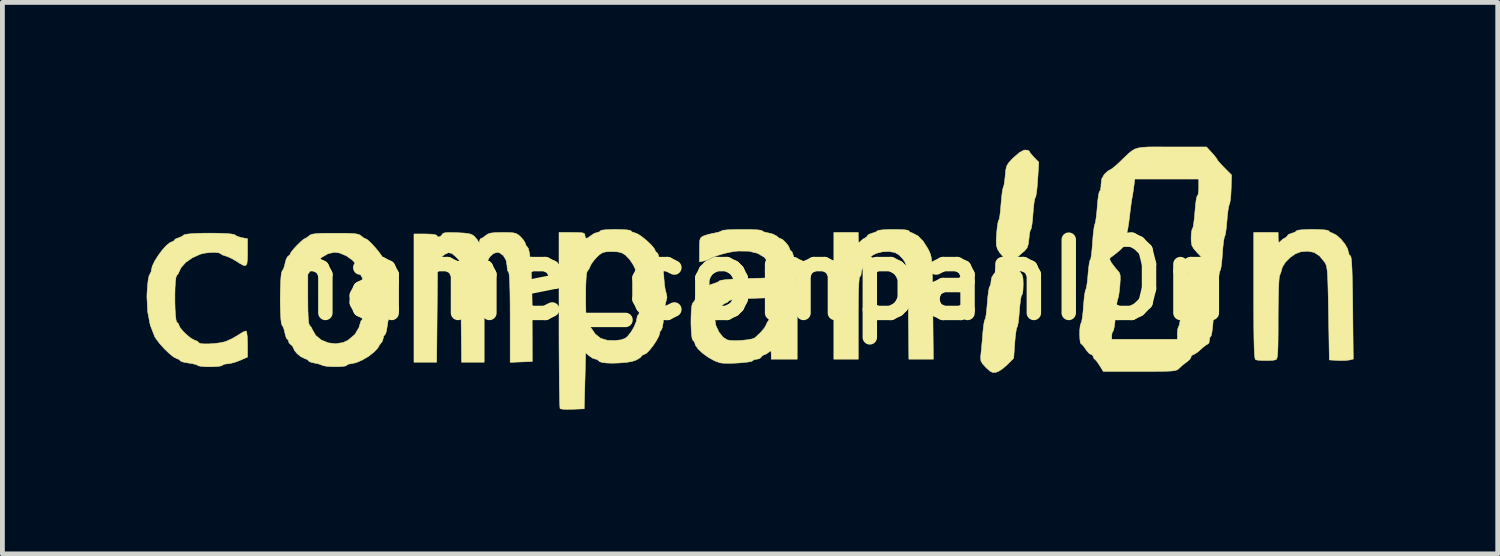
<source format=kicad_pcb>
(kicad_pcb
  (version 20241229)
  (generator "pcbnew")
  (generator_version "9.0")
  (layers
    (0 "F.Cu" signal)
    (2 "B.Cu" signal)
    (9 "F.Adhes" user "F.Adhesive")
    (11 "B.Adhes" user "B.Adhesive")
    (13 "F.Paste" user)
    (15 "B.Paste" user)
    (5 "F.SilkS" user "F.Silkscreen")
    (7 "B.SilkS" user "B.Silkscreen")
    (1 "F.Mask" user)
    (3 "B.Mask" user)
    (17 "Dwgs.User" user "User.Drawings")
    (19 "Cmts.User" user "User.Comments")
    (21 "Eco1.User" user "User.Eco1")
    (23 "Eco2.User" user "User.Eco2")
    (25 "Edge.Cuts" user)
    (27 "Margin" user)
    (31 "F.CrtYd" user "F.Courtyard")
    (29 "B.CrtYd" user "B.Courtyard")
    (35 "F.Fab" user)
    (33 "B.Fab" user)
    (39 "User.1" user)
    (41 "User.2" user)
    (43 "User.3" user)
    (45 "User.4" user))
  (footprint "name_companIOn"
    (layer "F.Cu")
    (at 12.606 2.768)
    (property "Reference" "name_companIOn" (at 0 0 0) (layer "F.SilkS") (effects (font (size 1.524 1.524) (thickness 0.3))))
    (attr through_hole)
    (fp_poly (pts (xy 3.061 -1.045) (xy 3.16 -1.039) (xy 3.224 -1.029) (xy 3.239 -1.019) (xy 3.265 -0.992) (xy 3.322 -0.97) (xy 3.432 -0.913) (xy 3.541 -0.801) (xy 3.641 -0.643) (xy 3.653 -0.619) (xy 3.674 -0.575) (xy 3.691 -0.532) (xy 3.704 -0.483) (xy 3.715 -0.421) (xy 3.722 -0.339) (xy 3.728 -0.229) (xy 3.732 -0.085) (xy 3.736 0.103) (xy 3.739 0.34) (xy 3.741 0.595) (xy 3.752 1.651) (xy 3.243 1.651) (xy 3.233 0.691) (xy 3.23 0.409) (xy 3.226 0.184) (xy 3.221 0.007) (xy 3.213 -0.129) (xy 3.201 -0.232) (xy 3.184 -0.31) (xy 3.16 -0.37) (xy 3.128 -0.42) (xy 3.087 -0.468) (xy 3.035 -0.52) (xy 3.034 -0.521) (xy 2.95 -0.568) (xy 2.829 -0.588) (xy 2.695 -0.582) (xy 2.567 -0.551) (xy 2.481 -0.506) (xy 2.37 -0.402) (xy 2.291 -0.282) (xy 2.255 -0.166) (xy 2.254 -0.147) (xy 2.244 -0.085) (xy 2.223 -0.064) (xy 2.212 -0.032) (xy 2.204 0.06) (xy 2.197 0.211) (xy 2.193 0.418) (xy 2.191 0.679) (xy 2.191 0.794) (xy 2.191 1.651) (xy 1.683 1.651) (xy 1.683 -0.984) (xy 2.191 -0.984) (xy 2.192 -0.865) (xy 2.195 -0.792) (xy 2.208 -0.773) (xy 2.231 -0.796) (xy 2.293 -0.849) (xy 2.326 -0.866) (xy 2.372 -0.898) (xy 2.381 -0.917) (xy 2.409 -0.944) (xy 2.475 -0.968) (xy 2.476 -0.968) (xy 2.549 -0.992) (xy 2.589 -1.018) (xy 2.626 -1.031) (xy 2.708 -1.04) (xy 2.818 -1.046) (xy 2.941 -1.047) (xy 3.061 -1.045)) (stroke (width 0.01) (type solid)) (fill yes) (layer "F.SilkS"))
    (fp_poly (pts (xy -5.067 -0.983) (xy -4.978 -0.976) (xy -4.918 -0.96) (xy -4.871 -0.93) (xy -4.827 -0.89) (xy -4.767 -0.821) (xy -4.733 -0.763) (xy -4.731 -0.75) (xy -4.712 -0.702) (xy -4.699 -0.693) (xy -4.669 -0.651) (xy -4.644 -0.546) (xy -4.624 -0.378) (xy -4.608 -0.149) (xy -4.597 0.142) (xy -4.591 0.493) (xy -4.59 0.746) (xy -4.588 1.699) (xy -4.818 1.708) (xy -5.048 1.717) (xy -5.048 0.779) (xy -5.049 0.483) (xy -5.052 0.24) (xy -5.058 0.052) (xy -5.065 -0.077) (xy -5.074 -0.147) (xy -5.08 -0.159) (xy -5.1 -0.187) (xy -5.111 -0.258) (xy -5.112 -0.289) (xy -5.133 -0.408) (xy -5.19 -0.504) (xy -5.271 -0.562) (xy -5.321 -0.571) (xy -5.397 -0.545) (xy -5.47 -0.479) (xy -5.517 -0.398) (xy -5.524 -0.355) (xy -5.537 -0.3) (xy -5.556 -0.286) (xy -5.566 -0.254) (xy -5.574 -0.161) (xy -5.58 -0.009) (xy -5.585 0.201) (xy -5.587 0.467) (xy -5.588 0.714) (xy -5.588 1.714) (xy -6.058 1.714) (xy -6.08 -0.377) (xy -6.173 -0.474) (xy -6.257 -0.547) (xy -6.33 -0.564) (xy -6.409 -0.528) (xy -6.461 -0.486) (xy -6.556 -0.402) (xy -6.566 0.656) (xy -6.576 1.714) (xy -7.048 1.714) (xy -7.048 -0.953) (xy -6.81 -0.953) (xy -6.69 -0.949) (xy -6.607 -0.938) (xy -6.572 -0.922) (xy -6.572 -0.921) (xy -6.552 -0.891) (xy -6.508 -0.896) (xy -6.469 -0.929) (xy -6.464 -0.94) (xy -6.445 -0.964) (xy -6.403 -0.978) (xy -6.326 -0.983) (xy -6.201 -0.981) (xy -6.151 -0.979) (xy -6.006 -0.972) (xy -5.909 -0.96) (xy -5.846 -0.941) (xy -5.801 -0.911) (xy -5.79 -0.901) (xy -5.736 -0.838) (xy -5.706 -0.79) (xy -5.691 -0.77) (xy -5.686 -0.802) (xy -5.671 -0.849) (xy -5.656 -0.857) (xy -5.615 -0.876) (xy -5.556 -0.921) (xy -5.509 -0.953) (xy -5.448 -0.972) (xy -5.356 -0.981) (xy -5.218 -0.984) (xy -5.203 -0.984) (xy -5.067 -0.983)) (stroke (width 0.01) (type solid)) (fill yes) (layer "F.SilkS"))
    (fp_poly (pts (xy 11.773 -1.045) (xy 11.883 -1.038) (xy 11.952 -1.029) (xy 11.97 -1.019) (xy 11.997 -0.992) (xy 12.05 -0.971) (xy 12.136 -0.927) (xy 12.227 -0.845) (xy 12.309 -0.745) (xy 12.366 -0.645) (xy 12.383 -0.575) (xy 12.4 -0.518) (xy 12.422 -0.5) (xy 12.434 -0.481) (xy 12.443 -0.431) (xy 12.451 -0.343) (xy 12.458 -0.213) (xy 12.463 -0.035) (xy 12.468 0.194) (xy 12.472 0.48) (xy 12.473 0.581) (xy 12.484 1.648) (xy 12.408 1.667) (xy 12.332 1.677) (xy 12.224 1.679) (xy 12.159 1.677) (xy 11.986 1.667) (xy 11.97 0.699) (xy 11.965 0.423) (xy 11.96 0.204) (xy 11.955 0.034) (xy 11.95 -0.095) (xy 11.942 -0.189) (xy 11.933 -0.256) (xy 11.921 -0.304) (xy 11.906 -0.339) (xy 11.89 -0.365) (xy 11.784 -0.495) (xy 11.67 -0.57) (xy 11.533 -0.595) (xy 11.395 -0.583) (xy 11.284 -0.542) (xy 11.171 -0.464) (xy 11.073 -0.365) (xy 11.01 -0.263) (xy 11 -0.231) (xy 10.976 -0.144) (xy 10.952 -0.088) (xy 10.944 -0.042) (xy 10.937 0.058) (xy 10.931 0.204) (xy 10.926 0.387) (xy 10.923 0.597) (xy 10.922 0.806) (xy 10.922 1.061) (xy 10.92 1.26) (xy 10.917 1.41) (xy 10.913 1.517) (xy 10.906 1.589) (xy 10.896 1.633) (xy 10.883 1.656) (xy 10.872 1.663) (xy 10.808 1.675) (xy 10.707 1.679) (xy 10.597 1.678) (xy 10.501 1.672) (xy 10.454 1.662) (xy 10.443 1.644) (xy 10.435 1.597) (xy 10.428 1.515) (xy 10.423 1.395) (xy 10.419 1.232) (xy 10.416 1.02) (xy 10.415 0.755) (xy 10.414 0.433) (xy 10.414 0.331) (xy 10.414 -0.984) (xy 10.922 -0.984) (xy 10.923 -0.865) (xy 10.927 -0.792) (xy 10.94 -0.773) (xy 10.963 -0.796) (xy 11.024 -0.849) (xy 11.057 -0.866) (xy 11.104 -0.898) (xy 11.113 -0.917) (xy 11.14 -0.944) (xy 11.206 -0.968) (xy 11.208 -0.968) (xy 11.274 -0.991) (xy 11.303 -1.018) (xy 11.303 -1.019) (xy 11.333 -1.031) (xy 11.412 -1.04) (xy 11.53 -1.046) (xy 11.636 -1.048) (xy 11.773 -1.045)) (stroke (width 0.01) (type solid)) (fill yes) (layer "F.SilkS"))
    (fp_poly (pts (xy 5.726 -2.69) (xy 5.747 -2.673) (xy 5.767 -2.637) (xy 5.819 -2.575) (xy 5.846 -2.546) (xy 5.945 -2.445) (xy 5.922 -2.08) (xy 5.911 -1.936) (xy 5.898 -1.819) (xy 5.885 -1.741) (xy 5.874 -1.715) (xy 5.861 -1.685) (xy 5.847 -1.605) (xy 5.834 -1.488) (xy 5.825 -1.381) (xy 5.814 -1.244) (xy 5.801 -1.135) (xy 5.787 -1.065) (xy 5.779 -1.048) (xy 5.764 -1.019) (xy 5.75 -0.944) (xy 5.741 -0.858) (xy 5.726 -0.739) (xy 5.7 -0.662) (xy 5.654 -0.607) (xy 5.65 -0.602) (xy 5.574 -0.537) (xy 5.486 -0.46) (xy 5.467 -0.444) (xy 5.363 -0.352) (xy 5.491 -0.227) (xy 5.56 -0.157) (xy 5.599 -0.099) (xy 5.616 -0.032) (xy 5.62 0.07) (xy 5.62 0.107) (xy 5.616 0.214) (xy 5.606 0.289) (xy 5.592 0.318) (xy 5.578 0.347) (xy 5.564 0.427) (xy 5.55 0.544) (xy 5.541 0.651) (xy 5.53 0.788) (xy 5.516 0.897) (xy 5.503 0.967) (xy 5.494 0.984) (xy 5.481 1.014) (xy 5.468 1.093) (xy 5.454 1.21) (xy 5.446 1.307) (xy 5.423 1.63) (xy 5.286 1.768) (xy 5.196 1.846) (xy 5.107 1.904) (xy 5.055 1.924) (xy 4.991 1.928) (xy 4.934 1.903) (xy 4.862 1.839) (xy 4.843 1.821) (xy 4.774 1.745) (xy 4.741 1.686) (xy 4.735 1.615) (xy 4.742 1.54) (xy 4.753 1.431) (xy 4.766 1.287) (xy 4.779 1.135) (xy 4.781 1.103) (xy 4.793 0.979) (xy 4.808 0.884) (xy 4.821 0.831) (xy 4.827 0.826) (xy 4.838 0.796) (xy 4.851 0.716) (xy 4.864 0.599) (xy 4.873 0.492) (xy 4.885 0.353) (xy 4.899 0.239) (xy 4.914 0.163) (xy 4.924 0.141) (xy 4.944 0.1) (xy 4.953 0.025) (xy 4.953 0.024) (xy 4.968 -0.054) (xy 5.019 -0.132) (xy 5.083 -0.197) (xy 5.159 -0.263) (xy 5.218 -0.307) (xy 5.241 -0.318) (xy 5.269 -0.339) (xy 5.259 -0.393) (xy 5.216 -0.464) (xy 5.203 -0.479) (xy 5.13 -0.567) (xy 5.085 -0.64) (xy 5.063 -0.717) (xy 5.059 -0.818) (xy 5.068 -0.962) (xy 5.068 -0.964) (xy 5.08 -1.087) (xy 5.094 -1.181) (xy 5.107 -1.233) (xy 5.112 -1.238) (xy 5.124 -1.268) (xy 5.137 -1.347) (xy 5.15 -1.464) (xy 5.158 -1.564) (xy 5.17 -1.703) (xy 5.184 -1.819) (xy 5.198 -1.897) (xy 5.206 -1.921) (xy 5.221 -1.967) (xy 5.235 -2.057) (xy 5.247 -2.17) (xy 5.258 -2.286) (xy 5.277 -2.365) (xy 5.316 -2.43) (xy 5.384 -2.505) (xy 5.423 -2.543) (xy 5.541 -2.645) (xy 5.632 -2.694) (xy 5.664 -2.699) (xy 5.726 -2.69)) (stroke (width 0.01) (type solid)) (fill yes) (layer "F.SilkS"))
    (fp_poly (pts (xy -11.112 -0.968) (xy -10.97 -0.963) (xy -10.857 -0.954) (xy -10.786 -0.942) (xy -10.77 -0.933) (xy -10.726 -0.905) (xy -10.647 -0.88) (xy -10.628 -0.876) (xy -10.509 -0.854) (xy -10.509 -0.57) (xy -10.511 -0.423) (xy -10.522 -0.333) (xy -10.548 -0.295) (xy -10.598 -0.301) (xy -10.678 -0.346) (xy -10.73 -0.38) (xy -10.83 -0.439) (xy -10.923 -0.482) (xy -10.96 -0.494) (xy -11.031 -0.517) (xy -11.066 -0.542) (xy -11.11 -0.562) (xy -11.196 -0.57) (xy -11.304 -0.566) (xy -11.415 -0.552) (xy -11.495 -0.531) (xy -11.659 -0.456) (xy -11.796 -0.36) (xy -11.891 -0.253) (xy -11.923 -0.186) (xy -11.955 -0.119) (xy -11.982 -0.088) (xy -11.997 -0.049) (xy -12.008 0.04) (xy -12.016 0.163) (xy -12.019 0.308) (xy -12.019 0.461) (xy -12.015 0.608) (xy -12.007 0.736) (xy -11.996 0.83) (xy -11.982 0.878) (xy -11.978 0.881) (xy -11.941 0.92) (xy -11.938 0.938) (xy -11.914 0.991) (xy -11.855 1.065) (xy -11.775 1.143) (xy -11.691 1.211) (xy -11.62 1.252) (xy -11.607 1.256) (xy -11.546 1.281) (xy -11.525 1.305) (xy -11.497 1.324) (xy -11.421 1.333) (xy -11.316 1.333) (xy -11.197 1.325) (xy -11.08 1.31) (xy -10.981 1.289) (xy -10.955 1.28) (xy -10.834 1.226) (xy -10.713 1.156) (xy -10.687 1.139) (xy -10.609 1.09) (xy -10.552 1.066) (xy -10.536 1.067) (xy -10.524 1.104) (xy -10.514 1.189) (xy -10.51 1.305) (xy -10.509 1.345) (xy -10.509 1.607) (xy -10.668 1.677) (xy -10.777 1.717) (xy -10.878 1.742) (xy -10.92 1.746) (xy -10.994 1.756) (xy -11.033 1.778) (xy -11.073 1.794) (xy -11.156 1.804) (xy -11.263 1.809) (xy -11.374 1.808) (xy -11.469 1.801) (xy -11.529 1.789) (xy -11.539 1.782) (xy -11.578 1.763) (xy -11.659 1.743) (xy -11.731 1.732) (xy -11.827 1.716) (xy -11.89 1.697) (xy -11.906 1.684) (xy -11.933 1.657) (xy -11.98 1.639) (xy -12.049 1.603) (xy -12.141 1.529) (xy -12.241 1.432) (xy -12.337 1.325) (xy -12.413 1.224) (xy -12.441 1.178) (xy -12.532 0.942) (xy -12.586 0.663) (xy -12.601 0.348) (xy -12.598 0.269) (xy -12.588 0.119) (xy -12.574 -0.002) (xy -12.557 -0.081) (xy -12.546 -0.103) (xy -12.514 -0.165) (xy -12.509 -0.197) (xy -12.49 -0.282) (xy -12.439 -0.39) (xy -12.365 -0.507) (xy -12.281 -0.62) (xy -12.195 -0.715) (xy -12.118 -0.776) (xy -12.073 -0.793) (xy -12.036 -0.812) (xy -12.033 -0.822) (xy -12.006 -0.849) (xy -11.946 -0.872) (xy -11.874 -0.901) (xy -11.836 -0.931) (xy -11.797 -0.945) (xy -11.708 -0.956) (xy -11.581 -0.964) (xy -11.431 -0.969) (xy -11.27 -0.97) (xy -11.112 -0.968)) (stroke (width 0.01) (type solid)) (fill yes) (layer "F.SilkS"))
    (fp_poly (pts (xy -2.724 -1.045) (xy -2.619 -1.038) (xy -2.554 -1.028) (xy -2.54 -1.02) (xy -2.513 -0.995) (xy -2.446 -0.973) (xy -2.444 -0.973) (xy -2.379 -0.944) (xy -2.293 -0.884) (xy -2.2 -0.807) (xy -2.116 -0.727) (xy -2.055 -0.655) (xy -2.032 -0.607) (xy -2.011 -0.573) (xy -2.002 -0.572) (xy -1.977 -0.544) (xy -1.954 -0.474) (xy -1.949 -0.452) (xy -1.928 -0.37) (xy -1.901 -0.318) (xy -1.896 -0.313) (xy -1.879 -0.273) (xy -1.864 -0.187) (xy -1.852 -0.072) (xy -1.851 -0.043) (xy -1.84 0.086) (xy -1.824 0.197) (xy -1.806 0.27) (xy -1.803 0.276) (xy -1.786 0.367) (xy -1.803 0.435) (xy -1.821 0.509) (xy -1.839 0.624) (xy -1.853 0.757) (xy -1.855 0.778) (xy -1.867 0.898) (xy -1.884 0.99) (xy -1.901 1.039) (xy -1.905 1.042) (xy -1.933 1.079) (xy -1.937 1.106) (xy -1.956 1.172) (xy -2.006 1.265) (xy -2.073 1.366) (xy -2.145 1.458) (xy -2.21 1.524) (xy -2.246 1.545) (xy -2.302 1.569) (xy -2.318 1.589) (xy -2.344 1.619) (xy -2.409 1.659) (xy -2.437 1.673) (xy -2.519 1.699) (xy -2.634 1.718) (xy -2.769 1.729) (xy -2.907 1.734) (xy -3.033 1.731) (xy -3.133 1.72) (xy -3.191 1.7) (xy -3.199 1.691) (xy -3.238 1.657) (xy -3.268 1.651) (xy -3.331 1.631) (xy -3.4 1.585) (xy -3.477 1.519) (xy -3.508 2.683) (xy -3.748 2.692) (xy -3.866 2.694) (xy -3.958 2.69) (xy -4.007 2.681) (xy -4.01 2.679) (xy -4.014 2.644) (xy -4.018 2.551) (xy -4.021 2.406) (xy -4.025 2.215) (xy -4.027 1.983) (xy -4.029 1.716) (xy -4.031 1.42) (xy -4.032 1.1) (xy -4.032 0.836) (xy -4.032 0.324) (xy -3.477 0.324) (xy -3.476 0.51) (xy -3.474 0.645) (xy -3.468 0.742) (xy -3.456 0.813) (xy -3.437 0.872) (xy -3.408 0.931) (xy -3.38 0.981) (xy -3.279 1.127) (xy -3.166 1.217) (xy -3.026 1.259) (xy -2.872 1.263) (xy -2.745 1.249) (xy -2.661 1.22) (xy -2.611 1.182) (xy -2.535 1.088) (xy -2.469 0.975) (xy -2.425 0.867) (xy -2.413 0.802) (xy -2.401 0.746) (xy -2.381 0.73) (xy -2.367 0.7) (xy -2.357 0.614) (xy -2.351 0.48) (xy -2.349 0.367) (xy -2.352 0.214) (xy -2.359 0.091) (xy -2.37 0.01) (xy -2.381 -0.016) (xy -2.407 -0.06) (xy -2.413 -0.106) (xy -2.434 -0.199) (xy -2.489 -0.312) (xy -2.564 -0.424) (xy -2.646 -0.51) (xy -2.65 -0.514) (xy -2.724 -0.559) (xy -2.811 -0.581) (xy -2.936 -0.587) (xy -2.936 -0.587) (xy -3.048 -0.583) (xy -3.123 -0.566) (xy -3.186 -0.526) (xy -3.242 -0.475) (xy -3.315 -0.393) (xy -3.368 -0.314) (xy -3.381 -0.285) (xy -3.413 -0.216) (xy -3.441 -0.184) (xy -3.457 -0.14) (xy -3.468 -0.034) (xy -3.475 0.135) (xy -3.477 0.324) (xy -4.032 0.324) (xy -4.032 -0.984) (xy -3.762 -0.984) (xy -3.631 -0.983) (xy -3.551 -0.978) (xy -3.51 -0.965) (xy -3.494 -0.942) (xy -3.493 -0.921) (xy -3.481 -0.868) (xy -3.442 -0.866) (xy -3.371 -0.916) (xy -3.365 -0.921) (xy -3.294 -0.967) (xy -3.234 -0.984) (xy -3.185 -0.999) (xy -3.175 -1.016) (xy -3.145 -1.031) (xy -3.06 -1.041) (xy -2.931 -1.047) (xy -2.857 -1.048) (xy -2.724 -1.045)) (stroke (width 0.01) (type solid)) (fill yes) (layer "F.SilkS"))
    (fp_poly (pts (xy -8.497 -0.968) (xy -8.36 -0.964) (xy -8.267 -0.957) (xy -8.206 -0.946) (xy -8.167 -0.929) (xy -8.147 -0.913) (xy -8.093 -0.87) (xy -8.061 -0.857) (xy -8.017 -0.834) (xy -7.948 -0.772) (xy -7.867 -0.686) (xy -7.786 -0.589) (xy -7.718 -0.496) (xy -7.68 -0.432) (xy -7.635 -0.314) (xy -7.603 -0.183) (xy -7.598 -0.151) (xy -7.582 -0.063) (xy -7.562 -0.009) (xy -7.552 0) (xy -7.542 0.03) (xy -7.533 0.111) (xy -7.527 0.231) (xy -7.525 0.377) (xy -7.525 0.381) (xy -7.527 0.528) (xy -7.533 0.649) (xy -7.541 0.731) (xy -7.552 0.762) (xy -7.552 0.762) (xy -7.57 0.791) (xy -7.589 0.866) (xy -7.602 0.953) (xy -7.618 1.053) (xy -7.637 1.122) (xy -7.653 1.143) (xy -7.678 1.17) (xy -7.684 1.204) (xy -7.705 1.277) (xy -7.731 1.313) (xy -7.77 1.361) (xy -7.779 1.384) (xy -7.8 1.417) (xy -7.853 1.476) (xy -7.882 1.505) (xy -7.992 1.592) (xy -8.122 1.668) (xy -8.25 1.723) (xy -8.356 1.746) (xy -8.362 1.746) (xy -8.423 1.757) (xy -8.445 1.778) (xy -8.474 1.793) (xy -8.548 1.803) (xy -8.649 1.807) (xy -8.759 1.806) (xy -8.86 1.799) (xy -8.933 1.786) (xy -8.954 1.778) (xy -9.016 1.754) (xy -9.106 1.733) (xy -9.12 1.731) (xy -9.197 1.712) (xy -9.237 1.69) (xy -9.239 1.685) (xy -9.266 1.658) (xy -9.321 1.637) (xy -9.397 1.601) (xy -9.475 1.538) (xy -9.534 1.468) (xy -9.557 1.412) (xy -9.582 1.367) (xy -9.604 1.354) (xy -9.647 1.311) (xy -9.652 1.287) (xy -9.667 1.244) (xy -9.681 1.238) (xy -9.703 1.21) (xy -9.725 1.139) (xy -9.732 1.103) (xy -9.754 1.015) (xy -9.781 0.955) (xy -9.791 0.946) (xy -9.805 0.906) (xy -9.816 0.816) (xy -9.823 0.688) (xy -9.828 0.536) (xy -9.829 0.371) (xy -9.826 0.207) (xy -9.821 0.056) (xy -9.813 -0.068) (xy -9.807 -0.111) (xy -9.255 -0.111) (xy -9.255 0.406) (xy -9.253 0.635) (xy -9.246 0.802) (xy -9.235 0.905) (xy -9.22 0.946) (xy -9.181 0.993) (xy -9.163 1.032) (xy -9.091 1.157) (xy -8.975 1.252) (xy -8.831 1.311) (xy -8.675 1.33) (xy -8.519 1.304) (xy -8.419 1.257) (xy -8.275 1.135) (xy -8.189 0.987) (xy -8.171 0.921) (xy -8.149 0.854) (xy -8.124 0.826) (xy -8.124 0.826) (xy -8.113 0.796) (xy -8.105 0.717) (xy -8.1 0.603) (xy -8.097 0.467) (xy -8.097 0.324) (xy -8.1 0.187) (xy -8.106 0.07) (xy -8.114 -0.012) (xy -8.124 -0.045) (xy -8.149 -0.086) (xy -8.171 -0.161) (xy -8.172 -0.166) (xy -8.225 -0.291) (xy -8.324 -0.406) (xy -8.454 -0.499) (xy -8.598 -0.558) (xy -8.7 -0.572) (xy -8.835 -0.543) (xy -8.973 -0.462) (xy -9.098 -0.34) (xy -9.146 -0.275) (xy -9.255 -0.111) (xy -9.807 -0.111) (xy -9.801 -0.153) (xy -9.788 -0.185) (xy -9.76 -0.229) (xy -9.735 -0.31) (xy -9.729 -0.34) (xy -9.706 -0.426) (xy -9.675 -0.482) (xy -9.664 -0.489) (xy -9.624 -0.525) (xy -9.62 -0.541) (xy -9.599 -0.58) (xy -9.546 -0.645) (xy -9.476 -0.72) (xy -9.403 -0.791) (xy -9.344 -0.842) (xy -9.316 -0.857) (xy -9.277 -0.876) (xy -9.231 -0.913) (xy -9.199 -0.935) (xy -9.152 -0.95) (xy -9.08 -0.96) (xy -8.972 -0.966) (xy -8.819 -0.968) (xy -8.686 -0.968) (xy -8.497 -0.968)) (stroke (width 0.01) (type solid)) (fill yes) (layer "F.SilkS"))
    (fp_poly (pts (xy -0.136 -1.047) (xy -0.005 -1.044) (xy 0.103 -1.038) (xy 0.172 -1.029) (xy 0.191 -1.02) (xy 0.219 -0.999) (xy 0.289 -0.98) (xy 0.317 -0.976) (xy 0.411 -0.952) (xy 0.484 -0.916) (xy 0.494 -0.908) (xy 0.547 -0.867) (xy 0.575 -0.857) (xy 0.62 -0.834) (xy 0.679 -0.778) (xy 0.733 -0.711) (xy 0.761 -0.655) (xy 0.762 -0.646) (xy 0.78 -0.607) (xy 0.792 -0.603) (xy 0.817 -0.575) (xy 0.84 -0.507) (xy 0.844 -0.492) (xy 0.865 -0.413) (xy 0.889 -0.366) (xy 0.893 -0.363) (xy 0.9 -0.328) (xy 0.906 -0.237) (xy 0.911 -0.099) (xy 0.916 0.08) (xy 0.919 0.291) (xy 0.921 0.527) (xy 0.921 0.653) (xy 0.921 1.651) (xy 0.381 1.651) (xy 0.381 1.553) (xy 0.378 1.489) (xy 0.361 1.48) (xy 0.331 1.506) (xy 0.273 1.546) (xy 0.239 1.556) (xy 0.192 1.581) (xy 0.179 1.603) (xy 0.137 1.64) (xy 0.083 1.651) (xy 0.019 1.663) (xy -0.006 1.685) (xy -0.04 1.7) (xy -0.122 1.713) (xy -0.234 1.725) (xy -0.362 1.733) (xy -0.489 1.737) (xy -0.598 1.736) (xy -0.675 1.728) (xy -0.683 1.727) (xy -0.803 1.682) (xy -0.928 1.612) (xy -1.044 1.528) (xy -1.137 1.441) (xy -1.195 1.362) (xy -1.206 1.319) (xy -1.231 1.271) (xy -1.246 1.262) (xy -1.263 1.226) (xy -1.276 1.143) (xy -1.284 1.026) (xy -1.288 0.892) (xy -1.287 0.811) (xy -0.794 0.811) (xy -0.77 0.95) (xy -0.708 1.085) (xy -0.62 1.194) (xy -0.538 1.248) (xy -0.467 1.262) (xy -0.358 1.266) (xy -0.232 1.26) (xy -0.11 1.247) (xy -0.011 1.228) (xy 0.042 1.206) (xy 0.158 1.098) (xy 0.24 1.001) (xy 0.275 0.937) (xy 0.302 0.877) (xy 0.321 0.856) (xy 0.337 0.818) (xy 0.353 0.734) (xy 0.368 0.621) (xy 0.369 0.606) (xy 0.391 0.372) (xy -0.049 0.387) (xy -0.255 0.397) (xy -0.399 0.41) (xy -0.48 0.426) (xy -0.501 0.439) (xy -0.536 0.474) (xy -0.548 0.476) (xy -0.601 0.499) (xy -0.664 0.553) (xy -0.714 0.615) (xy -0.73 0.656) (xy -0.749 0.695) (xy -0.762 0.699) (xy -0.783 0.726) (xy -0.793 0.795) (xy -0.794 0.811) (xy -1.287 0.811) (xy -1.286 0.756) (xy -1.281 0.633) (xy -1.27 0.538) (xy -1.254 0.487) (xy -1.25 0.483) (xy -1.213 0.437) (xy -1.193 0.39) (xy -1.155 0.325) (xy -1.087 0.253) (xy -1.07 0.239) (xy -0.996 0.18) (xy -0.94 0.135) (xy -0.931 0.128) (xy -0.874 0.098) (xy -0.804 0.076) (xy -0.732 0.049) (xy -0.693 0.021) (xy -0.655 0.009) (xy -0.562 -0.003) (xy -0.423 -0.014) (xy -0.247 -0.022) (xy -0.142 -0.026) (xy 0.388 -0.04) (xy 0.373 -0.196) (xy 0.33 -0.35) (xy 0.237 -0.469) (xy 0.097 -0.551) (xy -0.086 -0.595) (xy -0.307 -0.598) (xy -0.391 -0.589) (xy -0.505 -0.569) (xy -0.63 -0.538) (xy -0.748 -0.502) (xy -0.84 -0.467) (xy -0.889 -0.439) (xy -0.891 -0.437) (xy -0.931 -0.415) (xy -1.006 -0.394) (xy -1.01 -0.393) (xy -1.111 -0.373) (xy -1.111 -0.623) (xy -1.11 -0.749) (xy -1.104 -0.826) (xy -1.087 -0.87) (xy -1.057 -0.896) (xy -1.024 -0.912) (xy -0.935 -0.942) (xy -0.825 -0.967) (xy -0.801 -0.971) (xy -0.714 -0.99) (xy -0.657 -1.013) (xy -0.648 -1.02) (xy -0.612 -1.031) (xy -0.529 -1.039) (xy -0.412 -1.044) (xy -0.276 -1.047) (xy -0.136 -1.047)) (stroke (width 0.01) (type solid)) (fill yes) (layer "F.SilkS"))
    (fp_poly (pts (xy 8.603 -2.762) (xy 8.704 -2.762) (xy 9.433 -2.762) (xy 9.542 -2.643) (xy 9.605 -2.571) (xy 9.645 -2.518) (xy 9.652 -2.503) (xy 9.673 -2.471) (xy 9.727 -2.409) (xy 9.803 -2.33) (xy 9.954 -2.179) (xy 9.945 -1.894) (xy 9.939 -1.763) (xy 9.928 -1.656) (xy 9.915 -1.588) (xy 9.909 -1.575) (xy 9.895 -1.53) (xy 9.879 -1.437) (xy 9.865 -1.312) (xy 9.858 -1.23) (xy 9.846 -1.096) (xy 9.832 -0.988) (xy 9.818 -0.92) (xy 9.81 -0.905) (xy 9.799 -0.869) (xy 9.785 -0.783) (xy 9.772 -0.661) (xy 9.763 -0.54) (xy 9.752 -0.4) (xy 9.739 -0.286) (xy 9.725 -0.212) (xy 9.715 -0.191) (xy 9.703 -0.161) (xy 9.689 -0.081) (xy 9.676 0.036) (xy 9.667 0.143) (xy 9.656 0.28) (xy 9.642 0.389) (xy 9.629 0.459) (xy 9.62 0.476) (xy 9.608 0.506) (xy 9.595 0.586) (xy 9.582 0.704) (xy 9.573 0.826) (xy 9.561 0.966) (xy 9.547 1.079) (xy 9.533 1.153) (xy 9.522 1.175) (xy 9.5 1.202) (xy 9.493 1.254) (xy 9.483 1.314) (xy 9.464 1.333) (xy 9.425 1.354) (xy 9.36 1.405) (xy 9.316 1.445) (xy 9.241 1.509) (xy 9.178 1.549) (xy 9.155 1.556) (xy 9.117 1.581) (xy 9.112 1.603) (xy 9.088 1.651) (xy 9.028 1.704) (xy 9.025 1.706) (xy 8.938 1.771) (xy 8.87 1.834) (xy 8.848 1.856) (xy 8.821 1.873) (xy 8.783 1.886) (xy 8.724 1.895) (xy 8.637 1.9) (xy 8.514 1.903) (xy 8.347 1.905) (xy 8.126 1.905) (xy 8.045 1.905) (xy 7.286 1.905) (xy 7.207 1.778) (xy 7.156 1.703) (xy 7.116 1.657) (xy 7.105 1.651) (xy 7.083 1.625) (xy 7.08 1.603) (xy 7.056 1.561) (xy 7.035 1.556) (xy 6.991 1.531) (xy 6.937 1.469) (xy 6.921 1.445) (xy 6.872 1.375) (xy 6.832 1.336) (xy 6.824 1.333) (xy 6.808 1.305) (xy 6.799 1.233) (xy 6.795 1.138) (xy 6.797 1.039) (xy 6.805 0.957) (xy 6.819 0.91) (xy 6.822 0.907) (xy 6.836 0.87) (xy 6.851 0.784) (xy 6.865 0.662) (xy 6.873 0.556) (xy 6.885 0.417) (xy 6.898 0.303) (xy 6.912 0.229) (xy 6.921 0.207) (xy 6.934 0.17) (xy 6.948 0.085) (xy 6.962 -0.034) (xy 6.968 -0.111) (xy 6.98 -0.24) (xy 6.994 -0.342) (xy 7.008 -0.402) (xy 7.015 -0.413) (xy 7.026 -0.439) (xy 7.418 -0.439) (xy 7.432 -0.393) (xy 7.466 -0.339) (xy 7.529 -0.256) (xy 7.588 -0.187) (xy 7.593 -0.182) (xy 7.622 -0.144) (xy 7.637 -0.092) (xy 7.639 -0.011) (xy 7.631 0.118) (xy 7.631 0.12) (xy 7.619 0.241) (xy 7.604 0.338) (xy 7.59 0.393) (xy 7.588 0.397) (xy 7.575 0.441) (xy 7.561 0.532) (xy 7.548 0.656) (xy 7.541 0.738) (xy 7.529 0.872) (xy 7.514 0.981) (xy 7.499 1.049) (xy 7.49 1.065) (xy 7.468 1.108) (xy 7.461 1.161) (xy 7.461 1.238) (xy 8.826 1.238) (xy 8.826 1.113) (xy 8.833 1.029) (xy 8.85 0.976) (xy 8.855 0.97) (xy 8.869 0.933) (xy 8.884 0.847) (xy 8.898 0.725) (xy 8.907 0.619) (xy 8.919 0.479) (xy 8.933 0.365) (xy 8.947 0.29) (xy 8.957 0.268) (xy 8.973 0.228) (xy 8.983 0.147) (xy 8.985 0.089) (xy 8.988 0.006) (xy 9.002 -0.055) (xy 9.036 -0.113) (xy 9.101 -0.185) (xy 9.172 -0.256) (xy 9.36 -0.438) (xy 9.236 -0.567) (xy 9.164 -0.649) (xy 9.127 -0.717) (xy 9.114 -0.8) (xy 9.112 -0.87) (xy 9.117 -0.969) (xy 9.129 -1.04) (xy 9.14 -1.061) (xy 9.154 -1.098) (xy 9.168 -1.185) (xy 9.182 -1.306) (xy 9.191 -1.412) (xy 9.203 -1.549) (xy 9.217 -1.659) (xy 9.232 -1.728) (xy 9.242 -1.746) (xy 9.258 -1.775) (xy 9.268 -1.849) (xy 9.271 -1.921) (xy 9.271 -2.095) (xy 7.941 -2.095) (xy 7.922 -1.945) (xy 7.907 -1.836) (xy 7.891 -1.74) (xy 7.886 -1.714) (xy 7.875 -1.65) (xy 7.86 -1.54) (xy 7.842 -1.402) (xy 7.832 -1.312) (xy 7.814 -1.175) (xy 7.796 -1.061) (xy 7.779 -0.987) (xy 7.771 -0.965) (xy 7.755 -0.921) (xy 7.747 -0.841) (xy 7.747 -0.827) (xy 7.738 -0.749) (xy 7.703 -0.685) (xy 7.628 -0.613) (xy 7.615 -0.602) (xy 7.533 -0.535) (xy 7.465 -0.483) (xy 7.44 -0.466) (xy 7.418 -0.439) (xy 7.026 -0.439) (xy 7.027 -0.442) (xy 7.04 -0.523) (xy 7.052 -0.641) (xy 7.062 -0.769) (xy 7.073 -0.915) (xy 7.087 -1.038) (xy 7.1 -1.125) (xy 7.111 -1.158) (xy 7.124 -1.202) (xy 7.138 -1.294) (xy 7.152 -1.419) (xy 7.16 -1.516) (xy 7.172 -1.651) (xy 7.186 -1.759) (xy 7.201 -1.826) (xy 7.211 -1.841) (xy 7.228 -1.87) (xy 7.238 -1.941) (xy 7.239 -1.98) (xy 7.253 -2.098) (xy 7.304 -2.187) (xy 7.317 -2.202) (xy 7.377 -2.258) (xy 7.422 -2.285) (xy 7.426 -2.286) (xy 7.462 -2.307) (xy 7.53 -2.361) (xy 7.616 -2.438) (xy 7.631 -2.453) (xy 7.73 -2.549) (xy 7.808 -2.624) (xy 7.875 -2.678) (xy 7.94 -2.717) (xy 8.014 -2.741) (xy 8.108 -2.755) (xy 8.23 -2.762) (xy 8.392 -2.763) (xy 8.603 -2.762)) (stroke (width 0.01) (type solid)) (fill yes) (layer "F.SilkS")))
  (gr_rect
    (start -3 -3)
    (end 28.094 8.467)
    (stroke (width 0.1) (type default))
    (fill no)
    (layer "Edge.Cuts")))
</source>
